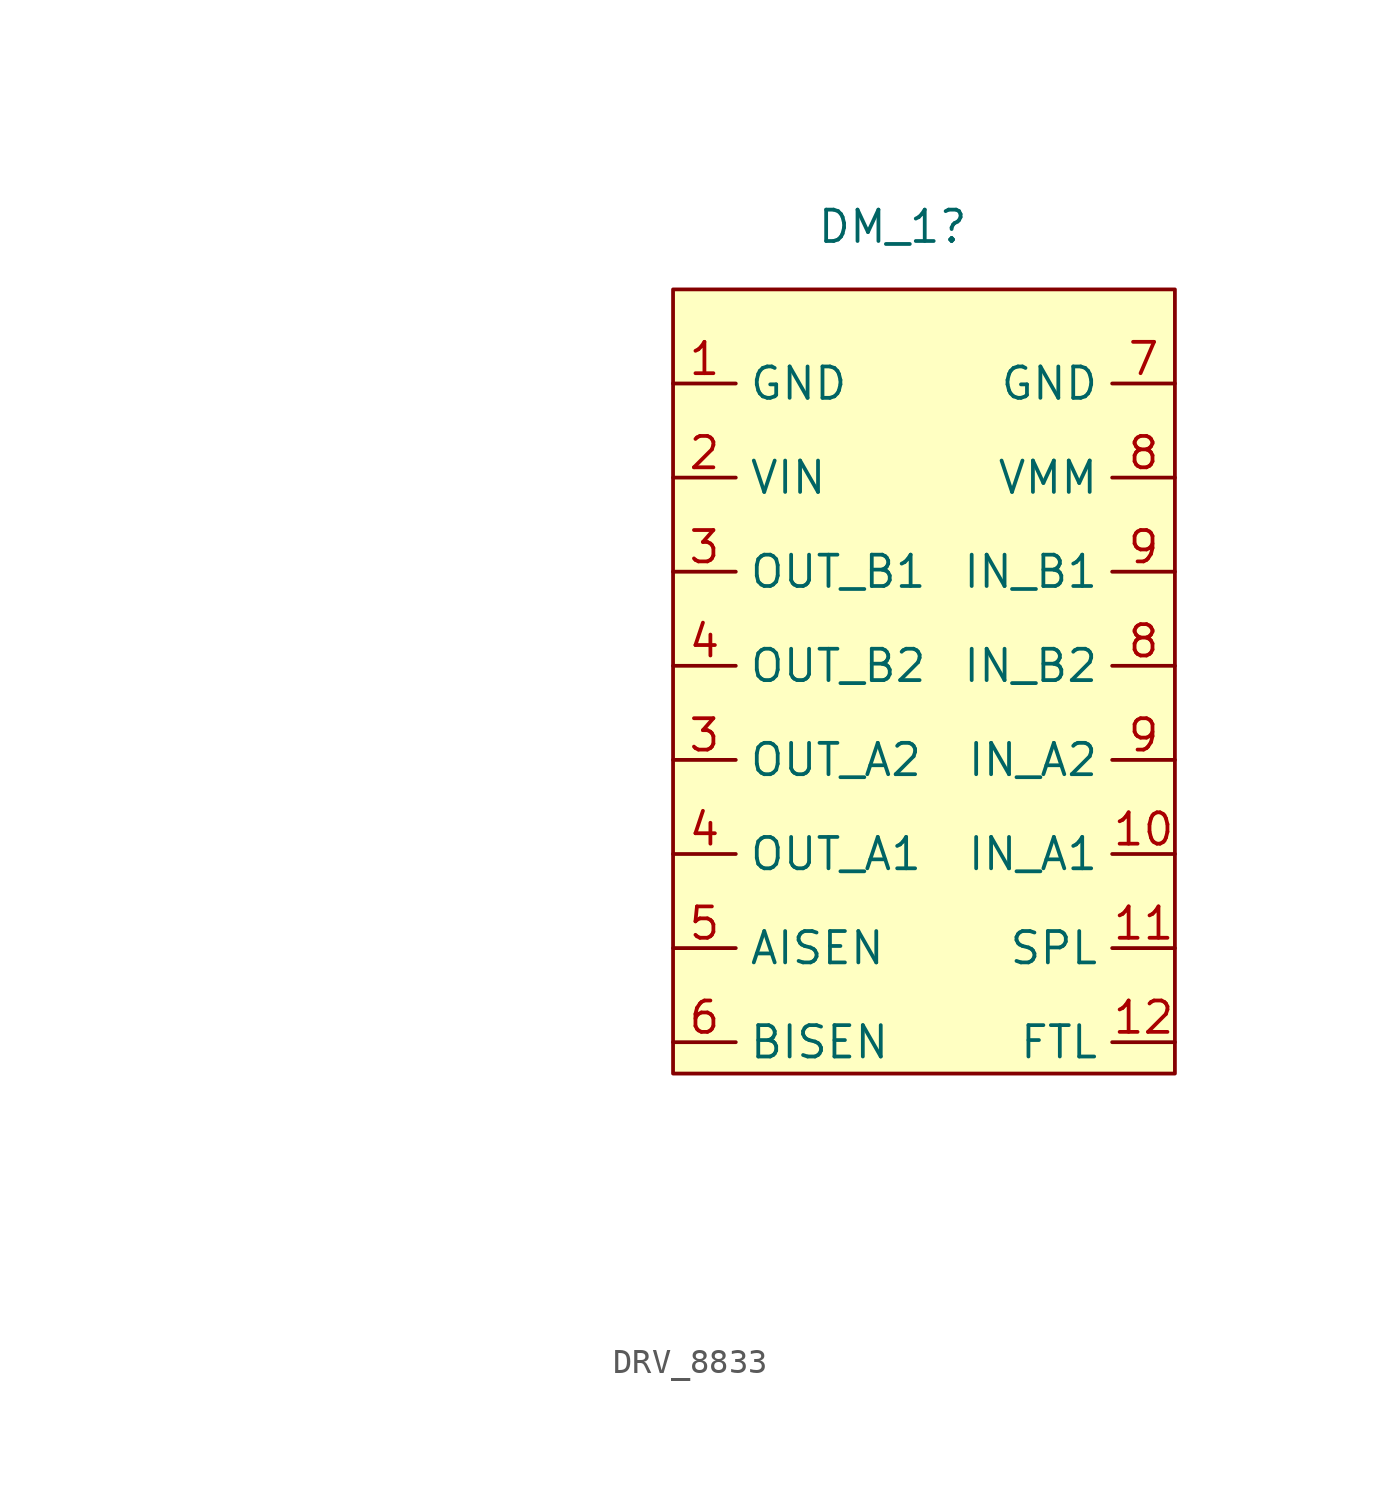
<source format=kicad_sym>
(kicad_symbol_lib
  (version 20220914)
  (generator kicad_symbol_editor)
  (symbol "DRV_8833"
    (property "Reference" "DM_1"
      (at 27.94 40.64 0)
      (effects (font (size 1.27 1.27))))
    (property "Value" ""
      (at 0 0 0)
      (effects (font (size 1.27 1.27))))
    (symbol "DRV_8833_0_1"
      (rectangle (start 19.05 38.1) (end 39.37 6.35) (stroke (width 0) (type default)) (fill (type background))))
    (symbol "DRV_8833_1_1"
      (pin input line (at 19.05 34.29 0) (length 2.54) (name "GND" (effects (font (size 1.27 1.27)))) (number "1" (effects (font (size 1.27 1.27)))))
      (pin input line (at 39.37 15.24 180) (length 2.54) (name "IN_A1" (effects (font (size 1.27 1.27)))) (number "10" (effects (font (size 1.27 1.27)))))
      (pin input line (at 39.37 11.43 180) (length 2.54) (name "SPL" (effects (font (size 1.27 1.27)))) (number "11" (effects (font (size 1.27 1.27)))))
      (pin input line (at 39.37 7.62 180) (length 2.54) (name "FTL" (effects (font (size 1.27 1.27)))) (number "12" (effects (font (size 1.27 1.27)))))
      (pin input line (at 19.05 30.48 0) (length 2.54) (name "VIN" (effects (font (size 1.27 1.27)))) (number "2" (effects (font (size 1.27 1.27)))))
      (pin input line (at 19.05 19.05 0) (length 2.54) (name "OUT_A2" (effects (font (size 1.27 1.27)))) (number "3" (effects (font (size 1.27 1.27)))))
      (pin input line (at 19.05 26.67 0) (length 2.54) (name "OUT_B1" (effects (font (size 1.27 1.27)))) (number "3" (effects (font (size 1.27 1.27)))))
      (pin input line (at 19.05 15.24 0) (length 2.54) (name "OUT_A1" (effects (font (size 1.27 1.27)))) (number "4" (effects (font (size 1.27 1.27)))))
      (pin input line (at 19.05 22.86 0) (length 2.54) (name "OUT_B2" (effects (font (size 1.27 1.27)))) (number "4" (effects (font (size 1.27 1.27)))))
      (pin input line (at 19.05 11.43 0) (length 2.54) (name "AISEN" (effects (font (size 1.27 1.27)))) (number "5" (effects (font (size 1.27 1.27)))))
      (pin input line (at 19.05 7.62 0) (length 2.54) (name "BISEN" (effects (font (size 1.27 1.27)))) (number "6" (effects (font (size 1.27 1.27)))))
      (pin input line (at 39.37 34.29 180) (length 2.54) (name "GND" (effects (font (size 1.27 1.27)))) (number "7" (effects (font (size 1.27 1.27)))))
      (pin input line (at 39.37 22.86 180) (length 2.54) (name "IN_B2" (effects (font (size 1.27 1.27)))) (number "8" (effects (font (size 1.27 1.27)))))
      (pin input line (at 39.37 30.48 180) (length 2.54) (name "VMM" (effects (font (size 1.27 1.27)))) (number "8" (effects (font (size 1.27 1.27)))))
      (pin input line (at 39.37 19.05 180) (length 2.54) (name "IN_A2" (effects (font (size 1.27 1.27)))) (number "9" (effects (font (size 1.27 1.27)))))
      (pin input line (at 39.37 26.67 180) (length 2.54) (name "IN_B1" (effects (font (size 1.27 1.27)))) (number "9" (effects (font (size 1.27 1.27))))))))
</source>
